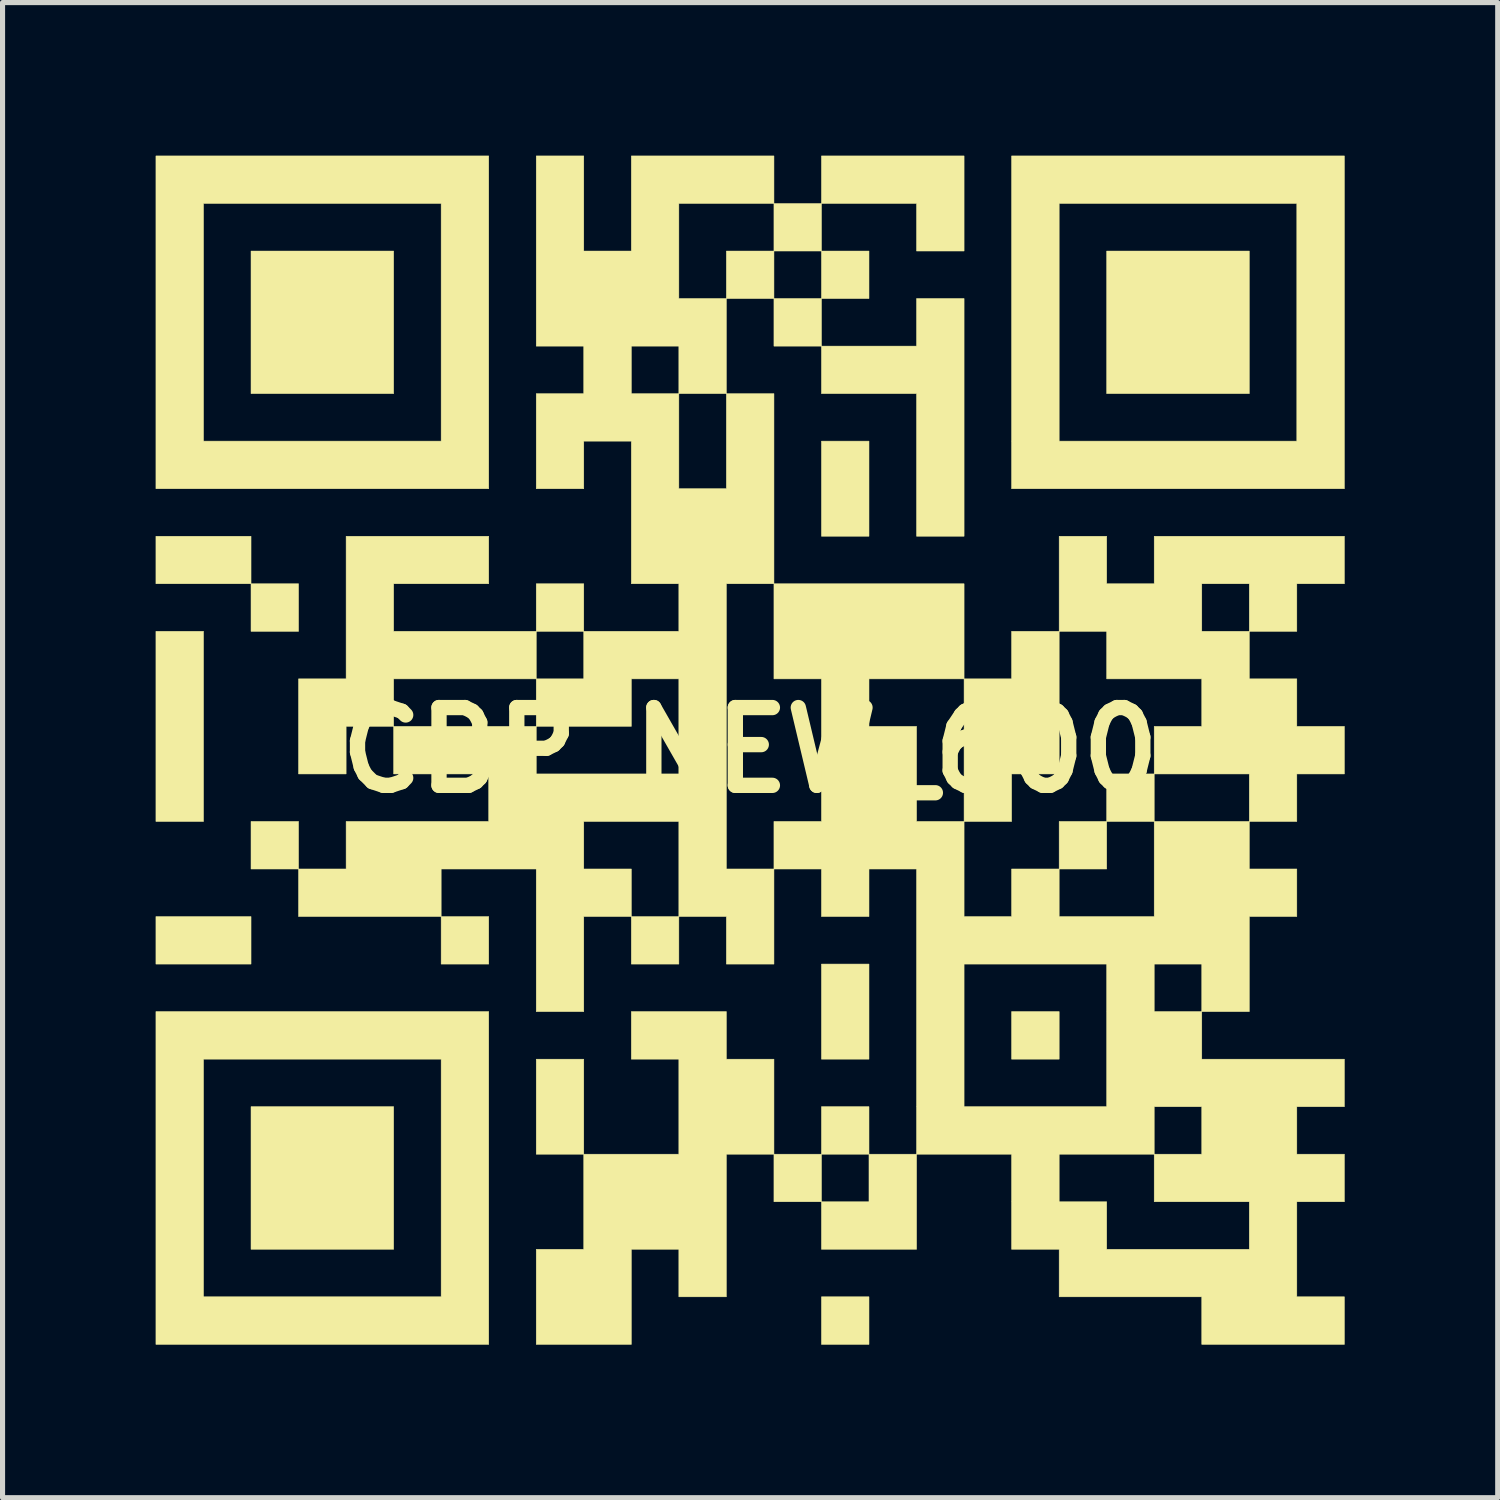
<source format=kicad_pcb>
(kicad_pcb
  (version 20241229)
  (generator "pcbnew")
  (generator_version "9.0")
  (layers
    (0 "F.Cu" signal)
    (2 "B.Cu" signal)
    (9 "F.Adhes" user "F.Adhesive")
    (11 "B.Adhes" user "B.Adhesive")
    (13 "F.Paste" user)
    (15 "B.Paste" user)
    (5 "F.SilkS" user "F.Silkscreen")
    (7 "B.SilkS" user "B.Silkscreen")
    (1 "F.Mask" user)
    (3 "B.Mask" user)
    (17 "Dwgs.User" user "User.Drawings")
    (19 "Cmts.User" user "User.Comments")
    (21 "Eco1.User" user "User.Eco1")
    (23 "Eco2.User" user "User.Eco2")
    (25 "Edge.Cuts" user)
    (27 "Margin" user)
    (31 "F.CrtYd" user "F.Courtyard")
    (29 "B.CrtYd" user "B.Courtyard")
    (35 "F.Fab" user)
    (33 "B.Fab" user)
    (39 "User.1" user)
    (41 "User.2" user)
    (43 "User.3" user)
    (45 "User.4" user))
  (footprint "CBP_NEW_600"
    (layer "F.Cu")
    (at 11.647 11.647)
    (property "Reference" "CBP_NEW_600" (at 0 0 0) (layer "F.SilkS") (effects (font (size 1.524 1.524) (thickness 0.3))))
    (attr through_hole)
    (fp_poly (pts (xy -10.71 1.397) (xy -11.642 1.397) (xy -11.642 -2.328) (xy -10.71 -2.328) (xy -10.71 1.397)) (stroke (width 0.01) (type solid)) (fill yes) (layer "F.SilkS"))
    (fp_poly (pts (xy -9.779 -3.26) (xy -11.642 -3.26) (xy -11.642 -4.191) (xy -9.779 -4.191) (xy -9.779 -3.26)) (stroke (width 0.01) (type solid)) (fill yes) (layer "F.SilkS"))
    (fp_poly (pts (xy -9.779 4.191) (xy -11.642 4.191) (xy -11.642 3.26) (xy -9.779 3.26) (xy -9.779 4.191)) (stroke (width 0.01) (type solid)) (fill yes) (layer "F.SilkS"))
    (fp_poly (pts (xy -8.848 -2.328) (xy -9.779 -2.328) (xy -9.779 -3.26) (xy -8.848 -3.26) (xy -8.848 -2.328)) (stroke (width 0.01) (type solid)) (fill yes) (layer "F.SilkS"))
    (fp_poly (pts (xy -8.848 2.328) (xy -9.779 2.328) (xy -9.779 1.397) (xy -8.848 1.397) (xy -8.848 2.328)) (stroke (width 0.01) (type solid)) (fill yes) (layer "F.SilkS"))
    (fp_poly (pts (xy -6.985 -6.985) (xy -9.779 -6.985) (xy -9.779 -9.779) (xy -6.985 -9.779) (xy -6.985 -6.985)) (stroke (width 0.01) (type solid)) (fill yes) (layer "F.SilkS"))
    (fp_poly (pts (xy -6.985 9.779) (xy -9.779 9.779) (xy -9.779 6.985) (xy -6.985 6.985) (xy -6.985 9.779)) (stroke (width 0.01) (type solid)) (fill yes) (layer "F.SilkS"))
    (fp_poly (pts (xy -5.122 4.191) (xy -6.054 4.191) (xy -6.054 3.26) (xy -5.122 3.26) (xy -5.122 4.191)) (stroke (width 0.01) (type solid)) (fill yes) (layer "F.SilkS"))
    (fp_poly (pts (xy -3.26 7.916) (xy -4.191 7.916) (xy -4.191 6.054) (xy -3.26 6.054) (xy -3.26 7.916)) (stroke (width 0.01) (type solid)) (fill yes) (layer "F.SilkS"))
    (fp_poly (pts (xy 1.397 -7.916) (xy 0.466 -7.916) (xy 0.466 -8.848) (xy 1.397 -8.848) (xy 1.397 -7.916)) (stroke (width 0.01) (type solid)) (fill yes) (layer "F.SilkS"))
    (fp_poly (pts (xy 2.328 -8.848) (xy 1.397 -8.848) (xy 1.397 -9.779) (xy 2.328 -9.779) (xy 2.328 -8.848)) (stroke (width 0.01) (type solid)) (fill yes) (layer "F.SilkS"))
    (fp_poly (pts (xy 2.328 -4.191) (xy 1.397 -4.191) (xy 1.397 -6.054) (xy 2.328 -6.054) (xy 2.328 -4.191)) (stroke (width 0.01) (type solid)) (fill yes) (layer "F.SilkS"))
    (fp_poly (pts (xy 2.328 6.054) (xy 1.397 6.054) (xy 1.397 4.191) (xy 2.328 4.191) (xy 2.328 6.054)) (stroke (width 0.01) (type solid)) (fill yes) (layer "F.SilkS"))
    (fp_poly (pts (xy 2.328 11.642) (xy 1.397 11.642) (xy 1.397 10.71) (xy 2.328 10.71) (xy 2.328 11.642)) (stroke (width 0.01) (type solid)) (fill yes) (layer "F.SilkS"))
    (fp_poly (pts (xy 6.054 6.054) (xy 5.122 6.054) (xy 5.122 5.122) (xy 6.054 5.122) (xy 6.054 6.054)) (stroke (width 0.01) (type solid)) (fill yes) (layer "F.SilkS"))
    (fp_poly (pts (xy 6.985 2.328) (xy 6.054 2.328) (xy 6.054 1.397) (xy 6.985 1.397) (xy 6.985 2.328)) (stroke (width 0.01) (type solid)) (fill yes) (layer "F.SilkS"))
    (fp_poly (pts (xy 7.916 1.397) (xy 6.985 1.397) (xy 6.985 0.466) (xy 7.916 0.466) (xy 7.916 1.397)) (stroke (width 0.01) (type solid)) (fill yes) (layer "F.SilkS"))
    (fp_poly (pts (xy 9.779 -6.985) (xy 6.985 -6.985) (xy 6.985 -9.779) (xy 9.779 -9.779) (xy 9.779 -6.985)) (stroke (width 0.01) (type solid)) (fill yes) (layer "F.SilkS"))
    (fp_poly (pts (xy 4.191 -9.779) (xy 3.26 -9.779) (xy 3.26 -10.71) (xy 1.397 -10.71) (xy 1.397 -11.642) (xy 4.191 -11.642) (xy 4.191 -9.779)) (stroke (width 0.01) (type solid)) (fill yes) (layer "F.SilkS"))
    (fp_poly (pts (xy 4.191 -4.191) (xy 3.26 -4.191) (xy 3.26 -6.985) (xy 1.397 -6.985) (xy 1.397 -7.916) (xy 3.26 -7.916) (xy 3.26 -8.848) (xy 4.191 -8.848) (xy 4.191 -4.191)) (stroke (width 0.01) (type solid)) (fill yes) (layer "F.SilkS"))
    (fp_poly (pts (xy -5.122 -5.122) (xy -11.642 -5.122) (xy -11.642 -10.71) (xy -10.71 -10.71) (xy -10.71 -6.054) (xy -6.054 -6.054) (xy -6.054 -10.71) (xy -10.71 -10.71) (xy -11.642 -10.71) (xy -11.642 -11.642) (xy -5.122 -11.642) (xy -5.122 -5.122)) (stroke (width 0.01) (type solid)) (fill yes) (layer "F.SilkS"))
    (fp_poly (pts (xy -5.122 11.642) (xy -11.642 11.642) (xy -11.642 6.054) (xy -10.71 6.054) (xy -10.71 10.71) (xy -6.054 10.71) (xy -6.054 6.054) (xy -10.71 6.054) (xy -11.642 6.054) (xy -11.642 5.122) (xy -5.122 5.122) (xy -5.122 11.642)) (stroke (width 0.01) (type solid)) (fill yes) (layer "F.SilkS"))
    (fp_poly (pts (xy 11.642 -5.122) (xy 5.122 -5.122) (xy 5.122 -10.71) (xy 6.054 -10.71) (xy 6.054 -6.054) (xy 10.71 -6.054) (xy 10.71 -10.71) (xy 6.054 -10.71) (xy 5.122 -10.71) (xy 5.122 -11.642) (xy 11.642 -11.642) (xy 11.642 -5.122)) (stroke (width 0.01) (type solid)) (fill yes) (layer "F.SilkS"))
    (fp_poly (pts (xy 3.26 7.916) (xy 3.26 9.779) (xy 1.397 9.779) (xy 1.397 8.848) (xy 0.466 8.848) (xy 0.466 7.916) (xy 1.397 7.916) (xy 1.397 8.848) (xy 2.328 8.848) (xy 2.328 7.916) (xy 1.397 7.916) (xy 1.397 6.985) (xy 2.328 6.985) (xy 2.328 7.916) (xy 3.26 7.916)) (stroke (width 0.01) (type solid)) (fill yes) (layer "F.SilkS"))
    (fp_poly (pts (xy -0.466 6.054) (xy 0.466 6.054) (xy 0.466 7.916) (xy -0.466 7.916) (xy -0.466 10.71) (xy -1.397 10.71) (xy -1.397 9.779) (xy -2.328 9.779) (xy -2.328 11.642) (xy -4.191 11.642) (xy -4.191 9.779) (xy -3.26 9.779) (xy -3.26 7.916) (xy -1.397 7.916) (xy -1.397 6.054) (xy -2.328 6.054) (xy -2.328 5.122) (xy -0.466 5.122) (xy -0.466 6.054)) (stroke (width 0.01) (type solid)) (fill yes) (layer "F.SilkS"))
    (fp_poly (pts (xy 0.466 -6.985) (xy 0.466 -3.26) (xy -0.466 -3.26) (xy -0.466 2.328) (xy 0.466 2.328) (xy 0.466 4.191) (xy -0.466 4.191) (xy -0.466 3.26) (xy -1.397 3.26) (xy -1.397 4.191) (xy -2.328 4.191) (xy -2.328 3.26) (xy -3.26 3.26) (xy -3.26 5.122) (xy -4.191 5.122) (xy -4.191 2.328) (xy -6.054 2.328) (xy -6.054 3.26) (xy -8.848 3.26) (xy -8.848 2.328) (xy -7.916 2.328) (xy -7.916 1.397) (xy -5.122 1.397) (xy -3.26 1.397) (xy -3.26 2.328) (xy -2.328 2.328) (xy -2.328 3.26) (xy -1.397 3.26) (xy -1.397 1.397) (xy -3.26 1.397) (xy -5.122 1.397) (xy -5.122 0.466) (xy -6.985 0.466) (xy -6.985 -0.466) (xy -7.916 -0.466) (xy -7.916 0.466) (xy -8.848 0.466) (xy -8.848 -1.397) (xy -7.916 -1.397) (xy -6.985 -1.397) (xy -6.985 -0.466) (xy -4.191 -0.466) (xy -4.191 0.466) (xy -1.397 0.466) (xy -1.397 -1.397) (xy -2.328 -1.397) (xy -2.328 -0.466) (xy -4.191 -0.466) (xy -4.191 -1.397) (xy -6.985 -1.397) (xy -7.916 -1.397) (xy -7.916 -4.191) (xy -5.122 -4.191) (xy -5.122 -3.26) (xy -6.985 -3.26) (xy -6.985 -2.328) (xy -4.191 -2.328) (xy -4.191 -1.397) (xy -3.26 -1.397) (xy -3.26 -2.328) (xy -4.191 -2.328) (xy -4.191 -3.26) (xy -3.26 -3.26) (xy -3.26 -2.328) (xy -1.397 -2.328) (xy -1.397 -3.26) (xy -2.328 -3.26) (xy -2.328 -6.054) (xy -3.26 -6.054) (xy -3.26 -5.122) (xy -4.191 -5.122) (xy -4.191 -6.985) (xy -3.26 -6.985) (xy -3.26 -7.916) (xy -2.328 -7.916) (xy -2.328 -6.985) (xy -1.397 -6.985) (xy -1.397 -5.122) (xy -0.466 -5.122) (xy -0.466 -6.985) (xy -1.397 -6.985) (xy -1.397 -7.916) (xy -2.328 -7.916) (xy -3.26 -7.916) (xy -4.191 -7.916) (xy -4.191 -11.642) (xy -3.26 -11.642) (xy -3.26 -9.779) (xy -2.328 -9.779) (xy -2.328 -10.71) (xy -1.397 -10.71) (xy -1.397 -8.848) (xy -0.466 -8.848) (xy -0.466 -9.779) (xy 0.466 -9.779) (xy 0.466 -10.71) (xy -1.397 -10.71) (xy -2.328 -10.71) (xy -2.328 -11.642) (xy 0.466 -11.642) (xy 0.466 -10.71) (xy 1.397 -10.71) (xy 1.397 -9.779) (xy 0.466 -9.779) (xy 0.466 -8.848) (xy -0.466 -8.848) (xy -0.466 -6.985) (xy 0.466 -6.985)) (stroke (width 0.01) (type solid)) (fill yes) (layer "F.SilkS"))
    (fp_poly (pts (xy 6.985 -3.26) (xy 7.916 -3.26) (xy 8.848 -3.26) (xy 8.848 -2.328) (xy 9.779 -2.328) (xy 9.779 -3.26) (xy 8.848 -3.26) (xy 7.916 -3.26) (xy 7.916 -4.191) (xy 11.642 -4.191) (xy 11.642 -3.26) (xy 10.71 -3.26) (xy 10.71 -2.328) (xy 9.779 -2.328) (xy 9.779 -1.397) (xy 10.71 -1.397) (xy 10.71 -0.466) (xy 11.642 -0.466) (xy 11.642 0.466) (xy 10.71 0.466) (xy 10.71 1.397) (xy 9.779 1.397) (xy 9.779 2.328) (xy 10.71 2.328) (xy 10.71 3.26) (xy 9.779 3.26) (xy 9.779 5.122) (xy 8.848 5.122) (xy 8.848 6.054) (xy 11.642 6.054) (xy 11.642 6.985) (xy 10.71 6.985) (xy 10.71 7.916) (xy 11.642 7.916) (xy 11.642 8.848) (xy 10.71 8.848) (xy 10.71 10.71) (xy 11.642 10.71) (xy 11.642 11.642) (xy 8.848 11.642) (xy 8.848 10.71) (xy 6.054 10.71) (xy 6.054 9.779) (xy 5.122 9.779) (xy 5.122 7.916) (xy 6.054 7.916) (xy 6.054 8.848) (xy 6.985 8.848) (xy 6.985 9.779) (xy 9.779 9.779) (xy 9.779 8.848) (xy 7.916 8.848) (xy 7.916 7.916) (xy 6.054 7.916) (xy 5.122 7.916) (xy 3.26 7.916) (xy 3.26 4.191) (xy 4.191 4.191) (xy 4.191 6.985) (xy 6.985 6.985) (xy 7.916 6.985) (xy 7.916 7.916) (xy 8.848 7.916) (xy 8.848 6.985) (xy 7.916 6.985) (xy 6.985 6.985) (xy 6.985 4.191) (xy 7.916 4.191) (xy 7.916 5.122) (xy 8.848 5.122) (xy 8.848 4.191) (xy 7.916 4.191) (xy 6.985 4.191) (xy 4.191 4.191) (xy 3.26 4.191) (xy 3.26 2.328) (xy 2.328 2.328) (xy 2.328 3.26) (xy 1.397 3.26) (xy 1.397 2.328) (xy 0.466 2.328) (xy 0.466 1.397) (xy 1.397 1.397) (xy 1.397 -1.397) (xy 2.328 -1.397) (xy 2.328 -0.466) (xy 3.26 -0.466) (xy 3.26 1.397) (xy 4.191 1.397) (xy 4.191 3.26) (xy 5.122 3.26) (xy 5.122 2.328) (xy 6.054 2.328) (xy 6.054 3.26) (xy 7.916 3.26) (xy 7.916 1.397) (xy 9.779 1.397) (xy 9.779 0.466) (xy 7.916 0.466) (xy 7.916 -0.466) (xy 8.848 -0.466) (xy 8.848 -1.397) (xy 6.985 -1.397) (xy 6.985 -2.328) (xy 6.054 -2.328) (xy 6.054 0.466) (xy 5.122 0.466) (xy 5.122 1.397) (xy 4.191 1.397) (xy 4.191 -1.397) (xy 2.328 -1.397) (xy 1.397 -1.397) (xy 0.466 -1.397) (xy 0.466 -3.26) (xy 4.191 -3.26) (xy 4.191 -1.397) (xy 5.122 -1.397) (xy 5.122 -2.328) (xy 6.054 -2.328) (xy 6.054 -4.191) (xy 6.985 -4.191) (xy 6.985 -3.26)) (stroke (width 0.01) (type solid)) (fill yes) (layer "F.SilkS")))
  (gr_rect
    (start -3 -3)
    (end 26.293 26.293)
    (stroke (width 0.1) (type default))
    (fill no)
    (layer "Edge.Cuts")))
</source>
